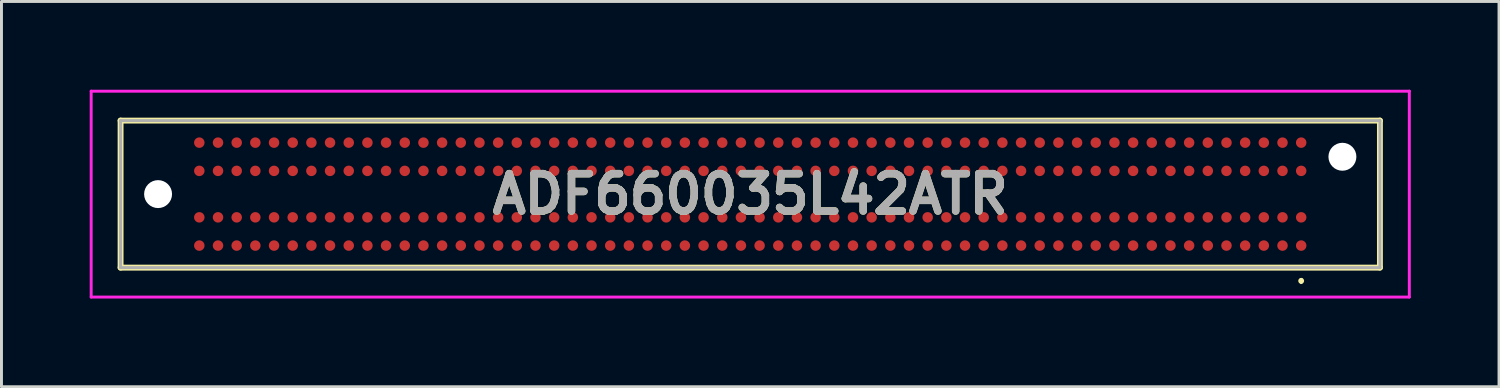
<source format=kicad_pcb>
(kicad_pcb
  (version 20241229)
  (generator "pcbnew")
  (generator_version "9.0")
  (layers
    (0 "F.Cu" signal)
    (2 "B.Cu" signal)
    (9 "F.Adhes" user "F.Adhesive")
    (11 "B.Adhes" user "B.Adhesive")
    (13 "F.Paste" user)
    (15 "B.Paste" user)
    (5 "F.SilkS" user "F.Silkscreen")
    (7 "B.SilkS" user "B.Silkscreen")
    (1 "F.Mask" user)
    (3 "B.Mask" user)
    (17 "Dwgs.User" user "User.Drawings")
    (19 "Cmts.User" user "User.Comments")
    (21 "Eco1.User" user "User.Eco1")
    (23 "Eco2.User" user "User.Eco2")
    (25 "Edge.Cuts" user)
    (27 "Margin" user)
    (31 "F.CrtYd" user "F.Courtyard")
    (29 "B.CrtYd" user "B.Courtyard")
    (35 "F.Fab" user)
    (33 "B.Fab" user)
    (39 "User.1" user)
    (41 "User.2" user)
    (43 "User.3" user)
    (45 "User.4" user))
  (footprint "ADF660035L42ATR"
    (layer "F.Cu")
    (at 22.46 3.55)
    (property "Reference" "ADF660035L42ATR" (at 0 0 0) (layer "F.SilkS") (effects (font (size 1.27 1.27) (thickness 0.254))))
    (attr through_hole)
    (fp_line (start -21.41 -2.5) (end 21.41 -2.5) (stroke (width 0.2) (type solid)) (layer "F.SilkS"))
    (fp_line (start -21.41 2.5) (end -21.41 -2.5) (stroke (width 0.2) (type solid)) (layer "F.SilkS"))
    (fp_line (start 18.733 2.9) (end 18.733 2.9) (stroke (width 0.1) (type solid)) (layer "F.SilkS"))
    (fp_line (start 18.733 3) (end 18.733 3) (stroke (width 0.1) (type solid)) (layer "F.SilkS"))
    (fp_line (start 21.41 -2.5) (end 21.41 2.5) (stroke (width 0.2) (type solid)) (layer "F.SilkS"))
    (fp_line (start 21.41 2.5) (end -21.41 2.5) (stroke (width 0.2) (type solid)) (layer "F.SilkS"))
    (fp_arc (start 18.733 2.9) (mid 18.783 2.95) (end 18.733 3) (stroke (width 0.1) (type solid)) (layer "F.SilkS"))
    (fp_arc (start 18.733 3) (mid 18.683 2.95) (end 18.733 2.9) (stroke (width 0.1) (type solid)) (layer "F.SilkS"))
    (fp_line (start -22.41 -3.5) (end 22.41 -3.5) (stroke (width 0.1) (type solid)) (layer "F.CrtYd"))
    (fp_line (start -22.41 3.5) (end -22.41 -3.5) (stroke (width 0.1) (type solid)) (layer "F.CrtYd"))
    (fp_line (start 22.41 -3.5) (end 22.41 3.5) (stroke (width 0.1) (type solid)) (layer "F.CrtYd"))
    (fp_line (start 22.41 3.5) (end -22.41 3.5) (stroke (width 0.1) (type solid)) (layer "F.CrtYd"))
    (fp_line (start -21.41 -2.5) (end 21.41 -2.5) (stroke (width 0.1) (type solid)) (layer "F.Fab"))
    (fp_line (start -21.41 2.5) (end -21.41 -2.5) (stroke (width 0.1) (type solid)) (layer "F.Fab"))
    (fp_line (start 21.41 -2.5) (end 21.41 2.5) (stroke (width 0.1) (type solid)) (layer "F.Fab"))
    (fp_line (start 21.41 2.5) (end -21.41 2.5) (stroke (width 0.1) (type solid)) (layer "F.Fab"))
    (fp_text user "${REFERENCE}" (at 0 0 0) (layer "F.Fab") (effects (font (size 1.27 1.27) (thickness 0.254))))
    (pad "" np_thru_hole circle (at -20.135 0) (size 0.95 0.95) (drill 0.95) (layers "*.Cu" "*.Mask"))
    (pad "" np_thru_hole circle (at 20.135 -1.27) (size 0.95 0.95) (drill 0.95) (layers "*.Cu" "*.Mask"))
    (pad "A1" smd circle (at 18.733 1.75 90) (size 0.356 0.356) (layers "F.Cu" "F.Mask" "F.Paste"))
    (pad "A2" smd circle (at 18.098 1.75 90) (size 0.356 0.356) (layers "F.Cu" "F.Mask" "F.Paste"))
    (pad "A3" smd circle (at 17.463 1.75 90) (size 0.356 0.356) (layers "F.Cu" "F.Mask" "F.Paste"))
    (pad "A4" smd circle (at 16.828 1.75 90) (size 0.356 0.356) (layers "F.Cu" "F.Mask" "F.Paste"))
    (pad "A5" smd circle (at 16.193 1.75 90) (size 0.356 0.356) (layers "F.Cu" "F.Mask" "F.Paste"))
    (pad "A6" smd circle (at 15.558 1.75 90) (size 0.356 0.356) (layers "F.Cu" "F.Mask" "F.Paste"))
    (pad "A7" smd circle (at 14.923 1.75 90) (size 0.356 0.356) (layers "F.Cu" "F.Mask" "F.Paste"))
    (pad "A8" smd circle (at 14.288 1.75 90) (size 0.356 0.356) (layers "F.Cu" "F.Mask" "F.Paste"))
    (pad "A9" smd circle (at 13.653 1.75 90) (size 0.356 0.356) (layers "F.Cu" "F.Mask" "F.Paste"))
    (pad "A10" smd circle (at 13.018 1.75 90) (size 0.356 0.356) (layers "F.Cu" "F.Mask" "F.Paste"))
    (pad "A11" smd circle (at 12.383 1.75 90) (size 0.356 0.356) (layers "F.Cu" "F.Mask" "F.Paste"))
    (pad "A12" smd circle (at 11.748 1.75 90) (size 0.356 0.356) (layers "F.Cu" "F.Mask" "F.Paste"))
    (pad "A13" smd circle (at 11.113 1.75 90) (size 0.356 0.356) (layers "F.Cu" "F.Mask" "F.Paste"))
    (pad "A14" smd circle (at 10.478 1.75 90) (size 0.356 0.356) (layers "F.Cu" "F.Mask" "F.Paste"))
    (pad "A15" smd circle (at 9.843 1.75 90) (size 0.356 0.356) (layers "F.Cu" "F.Mask" "F.Paste"))
    (pad "A16" smd circle (at 9.208 1.75 90) (size 0.356 0.356) (layers "F.Cu" "F.Mask" "F.Paste"))
    (pad "A17" smd circle (at 8.573 1.75 90) (size 0.356 0.356) (layers "F.Cu" "F.Mask" "F.Paste"))
    (pad "A18" smd circle (at 7.938 1.75 90) (size 0.356 0.356) (layers "F.Cu" "F.Mask" "F.Paste"))
    (pad "A19" smd circle (at 7.303 1.75 90) (size 0.356 0.356) (layers "F.Cu" "F.Mask" "F.Paste"))
    (pad "A20" smd circle (at 6.668 1.75 90) (size 0.356 0.356) (layers "F.Cu" "F.Mask" "F.Paste"))
    (pad "A21" smd circle (at 6.033 1.75 90) (size 0.356 0.356) (layers "F.Cu" "F.Mask" "F.Paste"))
    (pad "A22" smd circle (at 5.398 1.75 90) (size 0.356 0.356) (layers "F.Cu" "F.Mask" "F.Paste"))
    (pad "A23" smd circle (at 4.763 1.75 90) (size 0.356 0.356) (layers "F.Cu" "F.Mask" "F.Paste"))
    (pad "A24" smd circle (at 4.128 1.75 90) (size 0.356 0.356) (layers "F.Cu" "F.Mask" "F.Paste"))
    (pad "A25" smd circle (at 3.493 1.75 90) (size 0.356 0.356) (layers "F.Cu" "F.Mask" "F.Paste"))
    (pad "A26" smd circle (at 2.858 1.75 90) (size 0.356 0.356) (layers "F.Cu" "F.Mask" "F.Paste"))
    (pad "A27" smd circle (at 2.223 1.75 90) (size 0.356 0.356) (layers "F.Cu" "F.Mask" "F.Paste"))
    (pad "A28" smd circle (at 1.588 1.75 90) (size 0.356 0.356) (layers "F.Cu" "F.Mask" "F.Paste"))
    (pad "A29" smd circle (at 0.953 1.75 90) (size 0.356 0.356) (layers "F.Cu" "F.Mask" "F.Paste"))
    (pad "A30" smd circle (at 0.318 1.75 90) (size 0.356 0.356) (layers "F.Cu" "F.Mask" "F.Paste"))
    (pad "A31" smd circle (at -0.317 1.75 90) (size 0.356 0.356) (layers "F.Cu" "F.Mask" "F.Paste"))
    (pad "A32" smd circle (at -0.952 1.75 90) (size 0.356 0.356) (layers "F.Cu" "F.Mask" "F.Paste"))
    (pad "A33" smd circle (at -1.587 1.75 90) (size 0.356 0.356) (layers "F.Cu" "F.Mask" "F.Paste"))
    (pad "A34" smd circle (at -2.223 1.75 90) (size 0.356 0.356) (layers "F.Cu" "F.Mask" "F.Paste"))
    (pad "A35" smd circle (at -2.857 1.75 90) (size 0.356 0.356) (layers "F.Cu" "F.Mask" "F.Paste"))
    (pad "A36" smd circle (at -3.492 1.75 90) (size 0.356 0.356) (layers "F.Cu" "F.Mask" "F.Paste"))
    (pad "A37" smd circle (at -4.127 1.75 90) (size 0.356 0.356) (layers "F.Cu" "F.Mask" "F.Paste"))
    (pad "A38" smd circle (at -4.762 1.75 90) (size 0.356 0.356) (layers "F.Cu" "F.Mask" "F.Paste"))
    (pad "A39" smd circle (at -5.397 1.75 90) (size 0.356 0.356) (layers "F.Cu" "F.Mask" "F.Paste"))
    (pad "A40" smd circle (at -6.032 1.75 90) (size 0.356 0.356) (layers "F.Cu" "F.Mask" "F.Paste"))
    (pad "A41" smd circle (at -6.667 1.75 90) (size 0.356 0.356) (layers "F.Cu" "F.Mask" "F.Paste"))
    (pad "A42" smd circle (at -7.302 1.75 90) (size 0.356 0.356) (layers "F.Cu" "F.Mask" "F.Paste"))
    (pad "A43" smd circle (at -7.938 1.75 90) (size 0.356 0.356) (layers "F.Cu" "F.Mask" "F.Paste"))
    (pad "A44" smd circle (at -8.572 1.75 90) (size 0.356 0.356) (layers "F.Cu" "F.Mask" "F.Paste"))
    (pad "A45" smd circle (at -9.207 1.75 90) (size 0.356 0.356) (layers "F.Cu" "F.Mask" "F.Paste"))
    (pad "A46" smd circle (at -9.842 1.75 90) (size 0.356 0.356) (layers "F.Cu" "F.Mask" "F.Paste"))
    (pad "A47" smd circle (at -10.477 1.75 90) (size 0.356 0.356) (layers "F.Cu" "F.Mask" "F.Paste"))
    (pad "A48" smd circle (at -11.112 1.75 90) (size 0.356 0.356) (layers "F.Cu" "F.Mask" "F.Paste"))
    (pad "A49" smd circle (at -11.747 1.75 90) (size 0.356 0.356) (layers "F.Cu" "F.Mask" "F.Paste"))
    (pad "A50" smd circle (at -12.383 1.75 90) (size 0.356 0.356) (layers "F.Cu" "F.Mask" "F.Paste"))
    (pad "A51" smd circle (at -13.017 1.75 90) (size 0.356 0.356) (layers "F.Cu" "F.Mask" "F.Paste"))
    (pad "A52" smd circle (at -13.652 1.75 90) (size 0.356 0.356) (layers "F.Cu" "F.Mask" "F.Paste"))
    (pad "A53" smd circle (at -14.288 1.75 90) (size 0.356 0.356) (layers "F.Cu" "F.Mask" "F.Paste"))
    (pad "A54" smd circle (at -14.922 1.75 90) (size 0.356 0.356) (layers "F.Cu" "F.Mask" "F.Paste"))
    (pad "A55" smd circle (at -15.557 1.75 90) (size 0.356 0.356) (layers "F.Cu" "F.Mask" "F.Paste"))
    (pad "A56" smd circle (at -16.192 1.75 90) (size 0.356 0.356) (layers "F.Cu" "F.Mask" "F.Paste"))
    (pad "A57" smd circle (at -16.828 1.75 90) (size 0.356 0.356) (layers "F.Cu" "F.Mask" "F.Paste"))
    (pad "A58" smd circle (at -17.462 1.75 90) (size 0.356 0.356) (layers "F.Cu" "F.Mask" "F.Paste"))
    (pad "A59" smd circle (at -18.097 1.75 90) (size 0.356 0.356) (layers "F.Cu" "F.Mask" "F.Paste"))
    (pad "A60" smd circle (at -18.733 1.75 90) (size 0.356 0.356) (layers "F.Cu" "F.Mask" "F.Paste"))
    (pad "B1" smd circle (at 18.733 0.79 90) (size 0.356 0.356) (layers "F.Cu" "F.Mask" "F.Paste"))
    (pad "B2" smd circle (at 18.098 0.79 90) (size 0.356 0.356) (layers "F.Cu" "F.Mask" "F.Paste"))
    (pad "B3" smd circle (at 17.463 0.79 90) (size 0.356 0.356) (layers "F.Cu" "F.Mask" "F.Paste"))
    (pad "B4" smd circle (at 16.828 0.79 90) (size 0.356 0.356) (layers "F.Cu" "F.Mask" "F.Paste"))
    (pad "B5" smd circle (at 16.193 0.79 90) (size 0.356 0.356) (layers "F.Cu" "F.Mask" "F.Paste"))
    (pad "B6" smd circle (at 15.558 0.79 90) (size 0.356 0.356) (layers "F.Cu" "F.Mask" "F.Paste"))
    (pad "B7" smd circle (at 14.923 0.79 90) (size 0.356 0.356) (layers "F.Cu" "F.Mask" "F.Paste"))
    (pad "B8" smd circle (at 14.288 0.79 90) (size 0.356 0.356) (layers "F.Cu" "F.Mask" "F.Paste"))
    (pad "B9" smd circle (at 13.653 0.79 90) (size 0.356 0.356) (layers "F.Cu" "F.Mask" "F.Paste"))
    (pad "B10" smd circle (at 13.018 0.79 90) (size 0.356 0.356) (layers "F.Cu" "F.Mask" "F.Paste"))
    (pad "B11" smd circle (at 12.383 0.79 90) (size 0.356 0.356) (layers "F.Cu" "F.Mask" "F.Paste"))
    (pad "B12" smd circle (at 11.748 0.79 90) (size 0.356 0.356) (layers "F.Cu" "F.Mask" "F.Paste"))
    (pad "B13" smd circle (at 11.113 0.79 90) (size 0.356 0.356) (layers "F.Cu" "F.Mask" "F.Paste"))
    (pad "B14" smd circle (at 10.478 0.79 90) (size 0.356 0.356) (layers "F.Cu" "F.Mask" "F.Paste"))
    (pad "B15" smd circle (at 9.843 0.79 90) (size 0.356 0.356) (layers "F.Cu" "F.Mask" "F.Paste"))
    (pad "B16" smd circle (at 9.208 0.79 90) (size 0.356 0.356) (layers "F.Cu" "F.Mask" "F.Paste"))
    (pad "B17" smd circle (at 8.573 0.79 90) (size 0.356 0.356) (layers "F.Cu" "F.Mask" "F.Paste"))
    (pad "B18" smd circle (at 7.938 0.79 90) (size 0.356 0.356) (layers "F.Cu" "F.Mask" "F.Paste"))
    (pad "B19" smd circle (at 7.303 0.79 90) (size 0.356 0.356) (layers "F.Cu" "F.Mask" "F.Paste"))
    (pad "B20" smd circle (at 6.668 0.79 90) (size 0.356 0.356) (layers "F.Cu" "F.Mask" "F.Paste"))
    (pad "B21" smd circle (at 6.033 0.79 90) (size 0.356 0.356) (layers "F.Cu" "F.Mask" "F.Paste"))
    (pad "B22" smd circle (at 5.398 0.79 90) (size 0.356 0.356) (layers "F.Cu" "F.Mask" "F.Paste"))
    (pad "B23" smd circle (at 4.763 0.79 90) (size 0.356 0.356) (layers "F.Cu" "F.Mask" "F.Paste"))
    (pad "B24" smd circle (at 4.128 0.79 90) (size 0.356 0.356) (layers "F.Cu" "F.Mask" "F.Paste"))
    (pad "B25" smd circle (at 3.493 0.79 90) (size 0.356 0.356) (layers "F.Cu" "F.Mask" "F.Paste"))
    (pad "B26" smd circle (at 2.858 0.79 90) (size 0.356 0.356) (layers "F.Cu" "F.Mask" "F.Paste"))
    (pad "B27" smd circle (at 2.223 0.79 90) (size 0.356 0.356) (layers "F.Cu" "F.Mask" "F.Paste"))
    (pad "B28" smd circle (at 1.588 0.79 90) (size 0.356 0.356) (layers "F.Cu" "F.Mask" "F.Paste"))
    (pad "B29" smd circle (at 0.953 0.79 90) (size 0.356 0.356) (layers "F.Cu" "F.Mask" "F.Paste"))
    (pad "B30" smd circle (at 0.318 0.79 90) (size 0.356 0.356) (layers "F.Cu" "F.Mask" "F.Paste"))
    (pad "B31" smd circle (at -0.317 0.79 90) (size 0.356 0.356) (layers "F.Cu" "F.Mask" "F.Paste"))
    (pad "B32" smd circle (at -0.952 0.79 90) (size 0.356 0.356) (layers "F.Cu" "F.Mask" "F.Paste"))
    (pad "B33" smd circle (at -1.587 0.79 90) (size 0.356 0.356) (layers "F.Cu" "F.Mask" "F.Paste"))
    (pad "B34" smd circle (at -2.223 0.79 90) (size 0.356 0.356) (layers "F.Cu" "F.Mask" "F.Paste"))
    (pad "B35" smd circle (at -2.857 0.79 90) (size 0.356 0.356) (layers "F.Cu" "F.Mask" "F.Paste"))
    (pad "B36" smd circle (at -3.492 0.79 90) (size 0.356 0.356) (layers "F.Cu" "F.Mask" "F.Paste"))
    (pad "B37" smd circle (at -4.127 0.79 90) (size 0.356 0.356) (layers "F.Cu" "F.Mask" "F.Paste"))
    (pad "B38" smd circle (at -4.762 0.79 90) (size 0.356 0.356) (layers "F.Cu" "F.Mask" "F.Paste"))
    (pad "B39" smd circle (at -5.397 0.79 90) (size 0.356 0.356) (layers "F.Cu" "F.Mask" "F.Paste"))
    (pad "B40" smd circle (at -6.032 0.79 90) (size 0.356 0.356) (layers "F.Cu" "F.Mask" "F.Paste"))
    (pad "B41" smd circle (at -6.667 0.79 90) (size 0.356 0.356) (layers "F.Cu" "F.Mask" "F.Paste"))
    (pad "B42" smd circle (at -7.302 0.79 90) (size 0.356 0.356) (layers "F.Cu" "F.Mask" "F.Paste"))
    (pad "B43" smd circle (at -7.938 0.79 90) (size 0.356 0.356) (layers "F.Cu" "F.Mask" "F.Paste"))
    (pad "B44" smd circle (at -8.572 0.79 90) (size 0.356 0.356) (layers "F.Cu" "F.Mask" "F.Paste"))
    (pad "B45" smd circle (at -9.207 0.79 90) (size 0.356 0.356) (layers "F.Cu" "F.Mask" "F.Paste"))
    (pad "B46" smd circle (at -9.842 0.79 90) (size 0.356 0.356) (layers "F.Cu" "F.Mask" "F.Paste"))
    (pad "B47" smd circle (at -10.477 0.79 90) (size 0.356 0.356) (layers "F.Cu" "F.Mask" "F.Paste"))
    (pad "B48" smd circle (at -11.112 0.79 90) (size 0.356 0.356) (layers "F.Cu" "F.Mask" "F.Paste"))
    (pad "B49" smd circle (at -11.747 0.79 90) (size 0.356 0.356) (layers "F.Cu" "F.Mask" "F.Paste"))
    (pad "B50" smd circle (at -12.383 0.79 90) (size 0.356 0.356) (layers "F.Cu" "F.Mask" "F.Paste"))
    (pad "B51" smd circle (at -13.017 0.79 90) (size 0.356 0.356) (layers "F.Cu" "F.Mask" "F.Paste"))
    (pad "B52" smd circle (at -13.652 0.79 90) (size 0.356 0.356) (layers "F.Cu" "F.Mask" "F.Paste"))
    (pad "B53" smd circle (at -14.288 0.79 90) (size 0.356 0.356) (layers "F.Cu" "F.Mask" "F.Paste"))
    (pad "B54" smd circle (at -14.922 0.79 90) (size 0.356 0.356) (layers "F.Cu" "F.Mask" "F.Paste"))
    (pad "B55" smd circle (at -15.557 0.79 90) (size 0.356 0.356) (layers "F.Cu" "F.Mask" "F.Paste"))
    (pad "B56" smd circle (at -16.192 0.79 90) (size 0.356 0.356) (layers "F.Cu" "F.Mask" "F.Paste"))
    (pad "B57" smd circle (at -16.828 0.79 90) (size 0.356 0.356) (layers "F.Cu" "F.Mask" "F.Paste"))
    (pad "B58" smd circle (at -17.462 0.79 90) (size 0.356 0.356) (layers "F.Cu" "F.Mask" "F.Paste"))
    (pad "B59" smd circle (at -18.097 0.79 90) (size 0.356 0.356) (layers "F.Cu" "F.Mask" "F.Paste"))
    (pad "B60" smd circle (at -18.733 0.79 90) (size 0.356 0.356) (layers "F.Cu" "F.Mask" "F.Paste"))
    (pad "C1" smd circle (at 18.733 -0.79 90) (size 0.356 0.356) (layers "F.Cu" "F.Mask" "F.Paste"))
    (pad "C2" smd circle (at 18.098 -0.79 90) (size 0.356 0.356) (layers "F.Cu" "F.Mask" "F.Paste"))
    (pad "C3" smd circle (at 17.463 -0.79 90) (size 0.356 0.356) (layers "F.Cu" "F.Mask" "F.Paste"))
    (pad "C4" smd circle (at 16.828 -0.79 90) (size 0.356 0.356) (layers "F.Cu" "F.Mask" "F.Paste"))
    (pad "C5" smd circle (at 16.193 -0.79 90) (size 0.356 0.356) (layers "F.Cu" "F.Mask" "F.Paste"))
    (pad "C6" smd circle (at 15.558 -0.79 90) (size 0.356 0.356) (layers "F.Cu" "F.Mask" "F.Paste"))
    (pad "C7" smd circle (at 14.923 -0.79 90) (size 0.356 0.356) (layers "F.Cu" "F.Mask" "F.Paste"))
    (pad "C8" smd circle (at 14.288 -0.79 90) (size 0.356 0.356) (layers "F.Cu" "F.Mask" "F.Paste"))
    (pad "C9" smd circle (at 13.653 -0.79 90) (size 0.356 0.356) (layers "F.Cu" "F.Mask" "F.Paste"))
    (pad "C10" smd circle (at 13.018 -0.79 90) (size 0.356 0.356) (layers "F.Cu" "F.Mask" "F.Paste"))
    (pad "C11" smd circle (at 12.383 -0.79 90) (size 0.356 0.356) (layers "F.Cu" "F.Mask" "F.Paste"))
    (pad "C12" smd circle (at 11.748 -0.79 90) (size 0.356 0.356) (layers "F.Cu" "F.Mask" "F.Paste"))
    (pad "C13" smd circle (at 11.113 -0.79 90) (size 0.356 0.356) (layers "F.Cu" "F.Mask" "F.Paste"))
    (pad "C14" smd circle (at 10.478 -0.79 90) (size 0.356 0.356) (layers "F.Cu" "F.Mask" "F.Paste"))
    (pad "C15" smd circle (at 9.843 -0.79 90) (size 0.356 0.356) (layers "F.Cu" "F.Mask" "F.Paste"))
    (pad "C16" smd circle (at 9.208 -0.79 90) (size 0.356 0.356) (layers "F.Cu" "F.Mask" "F.Paste"))
    (pad "C17" smd circle (at 8.573 -0.79 90) (size 0.356 0.356) (layers "F.Cu" "F.Mask" "F.Paste"))
    (pad "C18" smd circle (at 7.938 -0.79 90) (size 0.356 0.356) (layers "F.Cu" "F.Mask" "F.Paste"))
    (pad "C19" smd circle (at 7.303 -0.79 90) (size 0.356 0.356) (layers "F.Cu" "F.Mask" "F.Paste"))
    (pad "C20" smd circle (at 6.668 -0.79 90) (size 0.356 0.356) (layers "F.Cu" "F.Mask" "F.Paste"))
    (pad "C21" smd circle (at 6.033 -0.79 90) (size 0.356 0.356) (layers "F.Cu" "F.Mask" "F.Paste"))
    (pad "C22" smd circle (at 5.398 -0.79 90) (size 0.356 0.356) (layers "F.Cu" "F.Mask" "F.Paste"))
    (pad "C23" smd circle (at 4.763 -0.79 90) (size 0.356 0.356) (layers "F.Cu" "F.Mask" "F.Paste"))
    (pad "C24" smd circle (at 4.128 -0.79 90) (size 0.356 0.356) (layers "F.Cu" "F.Mask" "F.Paste"))
    (pad "C25" smd circle (at 3.493 -0.79 90) (size 0.356 0.356) (layers "F.Cu" "F.Mask" "F.Paste"))
    (pad "C26" smd circle (at 2.858 -0.79 90) (size 0.356 0.356) (layers "F.Cu" "F.Mask" "F.Paste"))
    (pad "C27" smd circle (at 2.223 -0.79 90) (size 0.356 0.356) (layers "F.Cu" "F.Mask" "F.Paste"))
    (pad "C28" smd circle (at 1.588 -0.79 90) (size 0.356 0.356) (layers "F.Cu" "F.Mask" "F.Paste"))
    (pad "C29" smd circle (at 0.953 -0.79 90) (size 0.356 0.356) (layers "F.Cu" "F.Mask" "F.Paste"))
    (pad "C30" smd circle (at 0.318 -0.79 90) (size 0.356 0.356) (layers "F.Cu" "F.Mask" "F.Paste"))
    (pad "C31" smd circle (at -0.317 -0.79 90) (size 0.356 0.356) (layers "F.Cu" "F.Mask" "F.Paste"))
    (pad "C32" smd circle (at -0.952 -0.79 90) (size 0.356 0.356) (layers "F.Cu" "F.Mask" "F.Paste"))
    (pad "C33" smd circle (at -1.587 -0.79 90) (size 0.356 0.356) (layers "F.Cu" "F.Mask" "F.Paste"))
    (pad "C34" smd circle (at -2.223 -0.79 90) (size 0.356 0.356) (layers "F.Cu" "F.Mask" "F.Paste"))
    (pad "C35" smd circle (at -2.857 -0.79 90) (size 0.356 0.356) (layers "F.Cu" "F.Mask" "F.Paste"))
    (pad "C36" smd circle (at -3.492 -0.79 90) (size 0.356 0.356) (layers "F.Cu" "F.Mask" "F.Paste"))
    (pad "C37" smd circle (at -4.127 -0.79 90) (size 0.356 0.356) (layers "F.Cu" "F.Mask" "F.Paste"))
    (pad "C38" smd circle (at -4.762 -0.79 90) (size 0.356 0.356) (layers "F.Cu" "F.Mask" "F.Paste"))
    (pad "C39" smd circle (at -5.397 -0.79 90) (size 0.356 0.356) (layers "F.Cu" "F.Mask" "F.Paste"))
    (pad "C40" smd circle (at -6.032 -0.79 90) (size 0.356 0.356) (layers "F.Cu" "F.Mask" "F.Paste"))
    (pad "C41" smd circle (at -6.667 -0.79 90) (size 0.356 0.356) (layers "F.Cu" "F.Mask" "F.Paste"))
    (pad "C42" smd circle (at -7.302 -0.79 90) (size 0.356 0.356) (layers "F.Cu" "F.Mask" "F.Paste"))
    (pad "C43" smd circle (at -7.938 -0.79 90) (size 0.356 0.356) (layers "F.Cu" "F.Mask" "F.Paste"))
    (pad "C44" smd circle (at -8.572 -0.79 90) (size 0.356 0.356) (layers "F.Cu" "F.Mask" "F.Paste"))
    (pad "C45" smd circle (at -9.207 -0.79 90) (size 0.356 0.356) (layers "F.Cu" "F.Mask" "F.Paste"))
    (pad "C46" smd circle (at -9.842 -0.79 90) (size 0.356 0.356) (layers "F.Cu" "F.Mask" "F.Paste"))
    (pad "C47" smd circle (at -10.477 -0.79 90) (size 0.356 0.356) (layers "F.Cu" "F.Mask" "F.Paste"))
    (pad "C48" smd circle (at -11.112 -0.79 90) (size 0.356 0.356) (layers "F.Cu" "F.Mask" "F.Paste"))
    (pad "C49" smd circle (at -11.747 -0.79 90) (size 0.356 0.356) (layers "F.Cu" "F.Mask" "F.Paste"))
    (pad "C50" smd circle (at -12.383 -0.79 90) (size 0.356 0.356) (layers "F.Cu" "F.Mask" "F.Paste"))
    (pad "C51" smd circle (at -13.017 -0.79 90) (size 0.356 0.356) (layers "F.Cu" "F.Mask" "F.Paste"))
    (pad "C52" smd circle (at -13.652 -0.79 90) (size 0.356 0.356) (layers "F.Cu" "F.Mask" "F.Paste"))
    (pad "C53" smd circle (at -14.288 -0.79 90) (size 0.356 0.356) (layers "F.Cu" "F.Mask" "F.Paste"))
    (pad "C54" smd circle (at -14.922 -0.79 90) (size 0.356 0.356) (layers "F.Cu" "F.Mask" "F.Paste"))
    (pad "C55" smd circle (at -15.557 -0.79 90) (size 0.356 0.356) (layers "F.Cu" "F.Mask" "F.Paste"))
    (pad "C56" smd circle (at -16.192 -0.79 90) (size 0.356 0.356) (layers "F.Cu" "F.Mask" "F.Paste"))
    (pad "C57" smd circle (at -16.828 -0.79 90) (size 0.356 0.356) (layers "F.Cu" "F.Mask" "F.Paste"))
    (pad "C58" smd circle (at -17.462 -0.79 90) (size 0.356 0.356) (layers "F.Cu" "F.Mask" "F.Paste"))
    (pad "C59" smd circle (at -18.097 -0.79 90) (size 0.356 0.356) (layers "F.Cu" "F.Mask" "F.Paste"))
    (pad "C60" smd circle (at -18.733 -0.79 90) (size 0.356 0.356) (layers "F.Cu" "F.Mask" "F.Paste"))
    (pad "D1" smd circle (at 18.733 -1.75 90) (size 0.356 0.356) (layers "F.Cu" "F.Mask" "F.Paste"))
    (pad "D2" smd circle (at 18.098 -1.75 90) (size 0.356 0.356) (layers "F.Cu" "F.Mask" "F.Paste"))
    (pad "D3" smd circle (at 17.463 -1.75 90) (size 0.356 0.356) (layers "F.Cu" "F.Mask" "F.Paste"))
    (pad "D4" smd circle (at 16.828 -1.75 90) (size 0.356 0.356) (layers "F.Cu" "F.Mask" "F.Paste"))
    (pad "D5" smd circle (at 16.193 -1.75 90) (size 0.356 0.356) (layers "F.Cu" "F.Mask" "F.Paste"))
    (pad "D6" smd circle (at 15.558 -1.75 90) (size 0.356 0.356) (layers "F.Cu" "F.Mask" "F.Paste"))
    (pad "D7" smd circle (at 14.923 -1.75 90) (size 0.356 0.356) (layers "F.Cu" "F.Mask" "F.Paste"))
    (pad "D8" smd circle (at 14.288 -1.75 90) (size 0.356 0.356) (layers "F.Cu" "F.Mask" "F.Paste"))
    (pad "D9" smd circle (at 13.653 -1.75 90) (size 0.356 0.356) (layers "F.Cu" "F.Mask" "F.Paste"))
    (pad "D10" smd circle (at 13.018 -1.75 90) (size 0.356 0.356) (layers "F.Cu" "F.Mask" "F.Paste"))
    (pad "D11" smd circle (at 12.383 -1.75 90) (size 0.356 0.356) (layers "F.Cu" "F.Mask" "F.Paste"))
    (pad "D12" smd circle (at 11.748 -1.75 90) (size 0.356 0.356) (layers "F.Cu" "F.Mask" "F.Paste"))
    (pad "D13" smd circle (at 11.113 -1.75 90) (size 0.356 0.356) (layers "F.Cu" "F.Mask" "F.Paste"))
    (pad "D14" smd circle (at 10.478 -1.75 90) (size 0.356 0.356) (layers "F.Cu" "F.Mask" "F.Paste"))
    (pad "D15" smd circle (at 9.843 -1.75 90) (size 0.356 0.356) (layers "F.Cu" "F.Mask" "F.Paste"))
    (pad "D16" smd circle (at 9.208 -1.75 90) (size 0.356 0.356) (layers "F.Cu" "F.Mask" "F.Paste"))
    (pad "D17" smd circle (at 8.573 -1.75 90) (size 0.356 0.356) (layers "F.Cu" "F.Mask" "F.Paste"))
    (pad "D18" smd circle (at 7.938 -1.75 90) (size 0.356 0.356) (layers "F.Cu" "F.Mask" "F.Paste"))
    (pad "D19" smd circle (at 7.303 -1.75 90) (size 0.356 0.356) (layers "F.Cu" "F.Mask" "F.Paste"))
    (pad "D20" smd circle (at 6.668 -1.75 90) (size 0.356 0.356) (layers "F.Cu" "F.Mask" "F.Paste"))
    (pad "D21" smd circle (at 6.033 -1.75 90) (size 0.356 0.356) (layers "F.Cu" "F.Mask" "F.Paste"))
    (pad "D22" smd circle (at 5.398 -1.75 90) (size 0.356 0.356) (layers "F.Cu" "F.Mask" "F.Paste"))
    (pad "D23" smd circle (at 4.763 -1.75 90) (size 0.356 0.356) (layers "F.Cu" "F.Mask" "F.Paste"))
    (pad "D24" smd circle (at 4.128 -1.75 90) (size 0.356 0.356) (layers "F.Cu" "F.Mask" "F.Paste"))
    (pad "D25" smd circle (at 3.493 -1.75 90) (size 0.356 0.356) (layers "F.Cu" "F.Mask" "F.Paste"))
    (pad "D26" smd circle (at 2.858 -1.75 90) (size 0.356 0.356) (layers "F.Cu" "F.Mask" "F.Paste"))
    (pad "D27" smd circle (at 2.223 -1.75 90) (size 0.356 0.356) (layers "F.Cu" "F.Mask" "F.Paste"))
    (pad "D28" smd circle (at 1.588 -1.75 90) (size 0.356 0.356) (layers "F.Cu" "F.Mask" "F.Paste"))
    (pad "D29" smd circle (at 0.953 -1.75 90) (size 0.356 0.356) (layers "F.Cu" "F.Mask" "F.Paste"))
    (pad "D30" smd circle (at 0.318 -1.75 90) (size 0.356 0.356) (layers "F.Cu" "F.Mask" "F.Paste"))
    (pad "D31" smd circle (at -0.317 -1.75 90) (size 0.356 0.356) (layers "F.Cu" "F.Mask" "F.Paste"))
    (pad "D32" smd circle (at -0.952 -1.75 90) (size 0.356 0.356) (layers "F.Cu" "F.Mask" "F.Paste"))
    (pad "D33" smd circle (at -1.587 -1.75 90) (size 0.356 0.356) (layers "F.Cu" "F.Mask" "F.Paste"))
    (pad "D34" smd circle (at -2.223 -1.75 90) (size 0.356 0.356) (layers "F.Cu" "F.Mask" "F.Paste"))
    (pad "D35" smd circle (at -2.857 -1.75 90) (size 0.356 0.356) (layers "F.Cu" "F.Mask" "F.Paste"))
    (pad "D36" smd circle (at -3.492 -1.75 90) (size 0.356 0.356) (layers "F.Cu" "F.Mask" "F.Paste"))
    (pad "D37" smd circle (at -4.127 -1.75 90) (size 0.356 0.356) (layers "F.Cu" "F.Mask" "F.Paste"))
    (pad "D38" smd circle (at -4.762 -1.75 90) (size 0.356 0.356) (layers "F.Cu" "F.Mask" "F.Paste"))
    (pad "D39" smd circle (at -5.397 -1.75 90) (size 0.356 0.356) (layers "F.Cu" "F.Mask" "F.Paste"))
    (pad "D40" smd circle (at -6.032 -1.75 90) (size 0.356 0.356) (layers "F.Cu" "F.Mask" "F.Paste"))
    (pad "D41" smd circle (at -6.667 -1.75 90) (size 0.356 0.356) (layers "F.Cu" "F.Mask" "F.Paste"))
    (pad "D42" smd circle (at -7.302 -1.75 90) (size 0.356 0.356) (layers "F.Cu" "F.Mask" "F.Paste"))
    (pad "D43" smd circle (at -7.938 -1.75 90) (size 0.356 0.356) (layers "F.Cu" "F.Mask" "F.Paste"))
    (pad "D44" smd circle (at -8.572 -1.75 90) (size 0.356 0.356) (layers "F.Cu" "F.Mask" "F.Paste"))
    (pad "D45" smd circle (at -9.207 -1.75 90) (size 0.356 0.356) (layers "F.Cu" "F.Mask" "F.Paste"))
    (pad "D46" smd circle (at -9.842 -1.75 90) (size 0.356 0.356) (layers "F.Cu" "F.Mask" "F.Paste"))
    (pad "D47" smd circle (at -10.477 -1.75 90) (size 0.356 0.356) (layers "F.Cu" "F.Mask" "F.Paste"))
    (pad "D48" smd circle (at -11.112 -1.75 90) (size 0.356 0.356) (layers "F.Cu" "F.Mask" "F.Paste"))
    (pad "D49" smd circle (at -11.747 -1.75 90) (size 0.356 0.356) (layers "F.Cu" "F.Mask" "F.Paste"))
    (pad "D50" smd circle (at -12.383 -1.75 90) (size 0.356 0.356) (layers "F.Cu" "F.Mask" "F.Paste"))
    (pad "D51" smd circle (at -13.017 -1.75 90) (size 0.356 0.356) (layers "F.Cu" "F.Mask" "F.Paste"))
    (pad "D52" smd circle (at -13.652 -1.75 90) (size 0.356 0.356) (layers "F.Cu" "F.Mask" "F.Paste"))
    (pad "D53" smd circle (at -14.288 -1.75 90) (size 0.356 0.356) (layers "F.Cu" "F.Mask" "F.Paste"))
    (pad "D54" smd circle (at -14.922 -1.75 90) (size 0.356 0.356) (layers "F.Cu" "F.Mask" "F.Paste"))
    (pad "D55" smd circle (at -15.557 -1.75 90) (size 0.356 0.356) (layers "F.Cu" "F.Mask" "F.Paste"))
    (pad "D56" smd circle (at -16.192 -1.75 90) (size 0.356 0.356) (layers "F.Cu" "F.Mask" "F.Paste"))
    (pad "D57" smd circle (at -16.828 -1.75 90) (size 0.356 0.356) (layers "F.Cu" "F.Mask" "F.Paste"))
    (pad "D58" smd circle (at -17.462 -1.75 90) (size 0.356 0.356) (layers "F.Cu" "F.Mask" "F.Paste"))
    (pad "D59" smd circle (at -18.097 -1.75 90) (size 0.356 0.356) (layers "F.Cu" "F.Mask" "F.Paste"))
    (pad "D60" smd circle (at -18.733 -1.75 90) (size 0.356 0.356) (layers "F.Cu" "F.Mask" "F.Paste")))
  (gr_rect
    (start -3 -3)
    (end 47.92 10.1)
    (stroke (width 0.1) (type default))
    (fill no)
    (layer "Edge.Cuts")))
</source>
